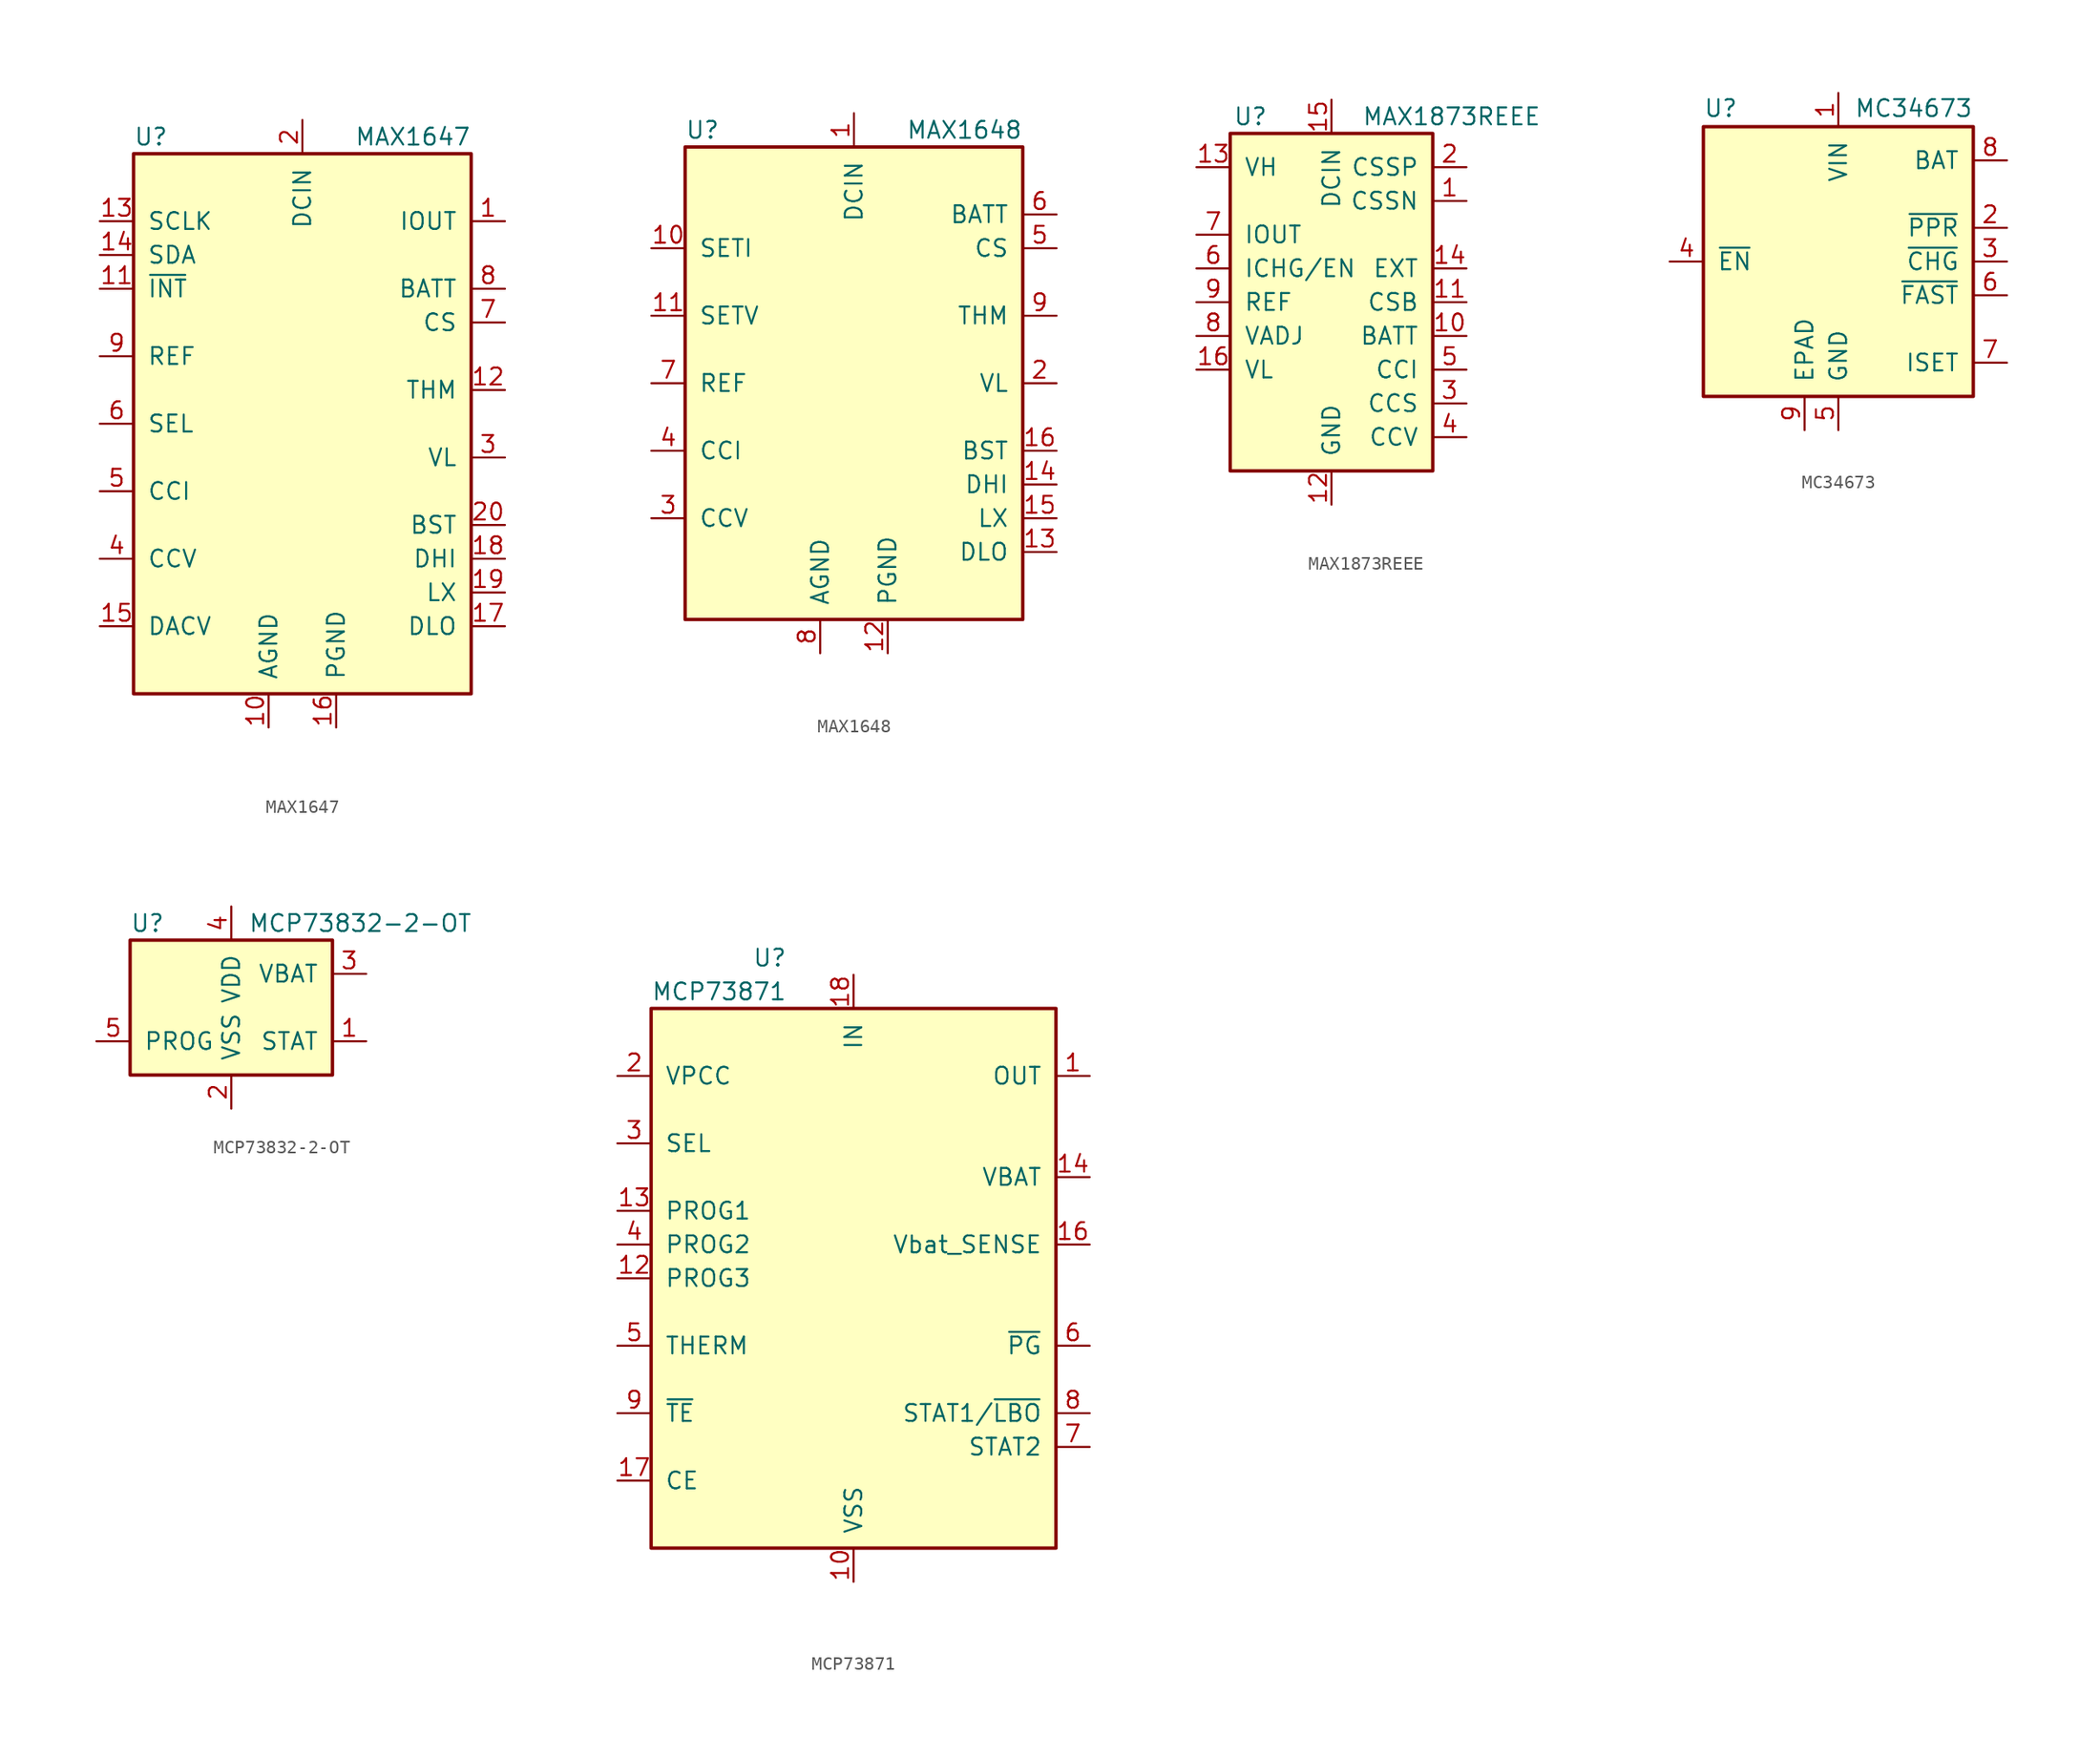
<source format=kicad_sym>
(kicad_symbol_lib
  (version 20220914)
  (generator kicad_symbol_editor)
  (symbol "MAX1647"
    (pin_names
      (offset 1.016))
    (property "Reference" "U"
      (at -12.7 21.59 0)
      (effects (font (size 1.27 1.27)) (justify left)))
    (property "Value" "MAX1647"
      (at 12.7 21.59 0)
      (effects (font (size 1.27 1.27)) (justify right)))
    (symbol "MAX1647_0_1"
      (rectangle (start -12.7 20.32) (end 12.7 -20.32) (stroke (width 0.254) (type default)) (fill (type background))))
    (symbol "MAX1647_1_1"
      (pin output line (at 15.24 15.24 180) (length 2.54) (name "IOUT" (effects (font (size 1.27 1.27)))) (number "1" (effects (font (size 1.27 1.27)))))
      (pin power_in line (at -2.54 -22.86 90) (length 2.54) (name "AGND" (effects (font (size 1.27 1.27)))) (number "10" (effects (font (size 1.27 1.27)))))
      (pin open_collector line (at -15.24 10.16 0) (length 2.54) (name "~{INT}" (effects (font (size 1.27 1.27)))) (number "11" (effects (font (size 1.27 1.27)))))
      (pin input line (at 15.24 2.54 180) (length 2.54) (name "THM" (effects (font (size 1.27 1.27)))) (number "12" (effects (font (size 1.27 1.27)))))
      (pin input line (at -15.24 15.24 0) (length 2.54) (name "SCLK" (effects (font (size 1.27 1.27)))) (number "13" (effects (font (size 1.27 1.27)))))
      (pin bidirectional line (at -15.24 12.7 0) (length 2.54) (name "SDA" (effects (font (size 1.27 1.27)))) (number "14" (effects (font (size 1.27 1.27)))))
      (pin output line (at -15.24 -15.24 0) (length 2.54) (name "DACV" (effects (font (size 1.27 1.27)))) (number "15" (effects (font (size 1.27 1.27)))))
      (pin power_in line (at 2.54 -22.86 90) (length 2.54) (name "PGND" (effects (font (size 1.27 1.27)))) (number "16" (effects (font (size 1.27 1.27)))))
      (pin output line (at 15.24 -15.24 180) (length 2.54) (name "DLO" (effects (font (size 1.27 1.27)))) (number "17" (effects (font (size 1.27 1.27)))))
      (pin output line (at 15.24 -10.16 180) (length 2.54) (name "DHI" (effects (font (size 1.27 1.27)))) (number "18" (effects (font (size 1.27 1.27)))))
      (pin input line (at 15.24 -12.7 180) (length 2.54) (name "LX" (effects (font (size 1.27 1.27)))) (number "19" (effects (font (size 1.27 1.27)))))
      (pin power_in line (at 0 22.86 270) (length 2.54) (name "DCIN" (effects (font (size 1.27 1.27)))) (number "2" (effects (font (size 1.27 1.27)))))
      (pin power_in line (at 15.24 -7.62 180) (length 2.54) (name "BST" (effects (font (size 1.27 1.27)))) (number "20" (effects (font (size 1.27 1.27)))))
      (pin power_out line (at 15.24 -2.54 180) (length 2.54) (name "VL" (effects (font (size 1.27 1.27)))) (number "3" (effects (font (size 1.27 1.27)))))
      (pin passive line (at -15.24 -10.16 0) (length 2.54) (name "CCV" (effects (font (size 1.27 1.27)))) (number "4" (effects (font (size 1.27 1.27)))))
      (pin passive line (at -15.24 -5.08 0) (length 2.54) (name "CCI" (effects (font (size 1.27 1.27)))) (number "5" (effects (font (size 1.27 1.27)))))
      (pin input line (at -15.24 0 0) (length 2.54) (name "SEL" (effects (font (size 1.27 1.27)))) (number "6" (effects (font (size 1.27 1.27)))))
      (pin input line (at 15.24 7.62 180) (length 2.54) (name "CS" (effects (font (size 1.27 1.27)))) (number "7" (effects (font (size 1.27 1.27)))))
      (pin input line (at 15.24 10.16 180) (length 2.54) (name "BATT" (effects (font (size 1.27 1.27)))) (number "8" (effects (font (size 1.27 1.27)))))
      (pin bidirectional line (at -15.24 5.08 0) (length 2.54) (name "REF" (effects (font (size 1.27 1.27)))) (number "9" (effects (font (size 1.27 1.27)))))))
  (symbol "MAX1648"
    (pin_names
      (offset 1.016))
    (property "Reference" "U"
      (at -12.7 19.05 0)
      (effects (font (size 1.27 1.27)) (justify left)))
    (property "Value" "MAX1648"
      (at 12.7 19.05 0)
      (effects (font (size 1.27 1.27)) (justify right)))
    (symbol "MAX1648_0_1"
      (rectangle (start -12.7 17.78) (end 12.7 -17.78) (stroke (width 0.254) (type default)) (fill (type background))))
    (symbol "MAX1648_1_1"
      (pin power_in line (at 0 20.32 270) (length 2.54) (name "DCIN" (effects (font (size 1.27 1.27)))) (number "1" (effects (font (size 1.27 1.27)))))
      (pin input line (at -15.24 10.16 0) (length 2.54) (name "SETI" (effects (font (size 1.27 1.27)))) (number "10" (effects (font (size 1.27 1.27)))))
      (pin input line (at -15.24 5.08 0) (length 2.54) (name "SETV" (effects (font (size 1.27 1.27)))) (number "11" (effects (font (size 1.27 1.27)))))
      (pin power_in line (at 2.54 -20.32 90) (length 2.54) (name "PGND" (effects (font (size 1.27 1.27)))) (number "12" (effects (font (size 1.27 1.27)))))
      (pin output line (at 15.24 -12.7 180) (length 2.54) (name "DLO" (effects (font (size 1.27 1.27)))) (number "13" (effects (font (size 1.27 1.27)))))
      (pin output line (at 15.24 -7.62 180) (length 2.54) (name "DHI" (effects (font (size 1.27 1.27)))) (number "14" (effects (font (size 1.27 1.27)))))
      (pin input line (at 15.24 -10.16 180) (length 2.54) (name "LX" (effects (font (size 1.27 1.27)))) (number "15" (effects (font (size 1.27 1.27)))))
      (pin power_in line (at 15.24 -5.08 180) (length 2.54) (name "BST" (effects (font (size 1.27 1.27)))) (number "16" (effects (font (size 1.27 1.27)))))
      (pin power_out line (at 15.24 0 180) (length 2.54) (name "VL" (effects (font (size 1.27 1.27)))) (number "2" (effects (font (size 1.27 1.27)))))
      (pin passive line (at -15.24 -10.16 0) (length 2.54) (name "CCV" (effects (font (size 1.27 1.27)))) (number "3" (effects (font (size 1.27 1.27)))))
      (pin passive line (at -15.24 -5.08 0) (length 2.54) (name "CCI" (effects (font (size 1.27 1.27)))) (number "4" (effects (font (size 1.27 1.27)))))
      (pin input line (at 15.24 10.16 180) (length 2.54) (name "CS" (effects (font (size 1.27 1.27)))) (number "5" (effects (font (size 1.27 1.27)))))
      (pin input line (at 15.24 12.7 180) (length 2.54) (name "BATT" (effects (font (size 1.27 1.27)))) (number "6" (effects (font (size 1.27 1.27)))))
      (pin bidirectional line (at -15.24 0 0) (length 2.54) (name "REF" (effects (font (size 1.27 1.27)))) (number "7" (effects (font (size 1.27 1.27)))))
      (pin power_in line (at -2.54 -20.32 90) (length 2.54) (name "AGND" (effects (font (size 1.27 1.27)))) (number "8" (effects (font (size 1.27 1.27)))))
      (pin input line (at 15.24 5.08 180) (length 2.54) (name "THM" (effects (font (size 1.27 1.27)))) (number "9" (effects (font (size 1.27 1.27)))))))
  (symbol "MAX1873REEE"
    (pin_names
      (offset 1.016))
    (property "Reference" "U"
      (at -6.096 13.97 0)
      (effects (font (size 1.27 1.27))))
    (property "Value" "MAX1873REEE"
      (at 2.286 13.97 0)
      (effects (font (size 1.27 1.27)) (justify left)))
    (symbol "MAX1873REEE_0_1"
      (rectangle (start -7.62 12.7) (end 7.62 -12.7) (stroke (width 0.254) (type default)) (fill (type background))))
    (symbol "MAX1873REEE_1_1"
      (pin input line (at 10.16 7.62 180) (length 2.54) (name "CSSN" (effects (font (size 1.27 1.27)))) (number "1" (effects (font (size 1.27 1.27)))))
      (pin input line (at 10.16 -2.54 180) (length 2.54) (name "BATT" (effects (font (size 1.27 1.27)))) (number "10" (effects (font (size 1.27 1.27)))))
      (pin input line (at 10.16 0 180) (length 2.54) (name "CSB" (effects (font (size 1.27 1.27)))) (number "11" (effects (font (size 1.27 1.27)))))
      (pin power_in line (at 0 -15.24 90) (length 2.54) (name "GND" (effects (font (size 1.27 1.27)))) (number "12" (effects (font (size 1.27 1.27)))))
      (pin input line (at -10.16 10.16 0) (length 2.54) (name "VH" (effects (font (size 1.27 1.27)))) (number "13" (effects (font (size 1.27 1.27)))))
      (pin output line (at 10.16 2.54 180) (length 2.54) (name "EXT" (effects (font (size 1.27 1.27)))) (number "14" (effects (font (size 1.27 1.27)))))
      (pin power_in line (at 0 15.24 270) (length 2.54) (name "DCIN" (effects (font (size 1.27 1.27)))) (number "15" (effects (font (size 1.27 1.27)))))
      (pin input line (at -10.16 -5.08 0) (length 2.54) (name "VL" (effects (font (size 1.27 1.27)))) (number "16" (effects (font (size 1.27 1.27)))))
      (pin input line (at 10.16 10.16 180) (length 2.54) (name "CSSP" (effects (font (size 1.27 1.27)))) (number "2" (effects (font (size 1.27 1.27)))))
      (pin input line (at 10.16 -7.62 180) (length 2.54) (name "CCS" (effects (font (size 1.27 1.27)))) (number "3" (effects (font (size 1.27 1.27)))))
      (pin input line (at 10.16 -10.16 180) (length 2.54) (name "CCV" (effects (font (size 1.27 1.27)))) (number "4" (effects (font (size 1.27 1.27)))))
      (pin input line (at 10.16 -5.08 180) (length 2.54) (name "CCI" (effects (font (size 1.27 1.27)))) (number "5" (effects (font (size 1.27 1.27)))))
      (pin input line (at -10.16 2.54 0) (length 2.54) (name "ICHG/EN" (effects (font (size 1.27 1.27)))) (number "6" (effects (font (size 1.27 1.27)))))
      (pin output line (at -10.16 5.08 0) (length 2.54) (name "IOUT" (effects (font (size 1.27 1.27)))) (number "7" (effects (font (size 1.27 1.27)))))
      (pin input line (at -10.16 -2.54 0) (length 2.54) (name "VADJ" (effects (font (size 1.27 1.27)))) (number "8" (effects (font (size 1.27 1.27)))))
      (pin output line (at -10.16 0 0) (length 2.54) (name "REF" (effects (font (size 1.27 1.27)))) (number "9" (effects (font (size 1.27 1.27)))))))
  (symbol "MC34673"
    (pin_names
      (offset 1.016))
    (property "Reference" "U"
      (at -10.16 10.795 0)
      (effects (font (size 1.27 1.27)) (justify left bottom)))
    (property "Value" "MC34673"
      (at 10.16 10.795 0)
      (effects (font (size 1.27 1.27)) (justify right bottom)))
    (symbol "MC34673_0_1"
      (rectangle (start -10.16 10.16) (end 10.16 -10.16) (stroke (width 0.254) (type default)) (fill (type background))))
    (symbol "MC34673_1_1"
      (pin power_in line (at 0 12.7 270) (length 2.54) (name "VIN" (effects (font (size 1.27 1.27)))) (number "1" (effects (font (size 1.27 1.27)))))
      (pin open_collector line (at 12.7 2.54 180) (length 2.54) (name "~{PPR}" (effects (font (size 1.27 1.27)))) (number "2" (effects (font (size 1.27 1.27)))))
      (pin open_collector line (at 12.7 0 180) (length 2.54) (name "~{CHG}" (effects (font (size 1.27 1.27)))) (number "3" (effects (font (size 1.27 1.27)))))
      (pin input line (at -12.7 0 0) (length 2.54) (name "~{EN}" (effects (font (size 1.27 1.27)))) (number "4" (effects (font (size 1.27 1.27)))))
      (pin power_in line (at 0 -12.7 90) (length 2.54) (name "GND" (effects (font (size 1.27 1.27)))) (number "5" (effects (font (size 1.27 1.27)))))
      (pin open_collector line (at 12.7 -2.54 180) (length 2.54) (name "~{FAST}" (effects (font (size 1.27 1.27)))) (number "6" (effects (font (size 1.27 1.27)))))
      (pin output line (at 12.7 -7.62 180) (length 2.54) (name "ISET" (effects (font (size 1.27 1.27)))) (number "7" (effects (font (size 1.27 1.27)))))
      (pin power_out line (at 12.7 7.62 180) (length 2.54) (name "BAT" (effects (font (size 1.27 1.27)))) (number "8" (effects (font (size 1.27 1.27)))))
      (pin power_in line (at -2.54 -12.7 90) (length 2.54) (name "EPAD" (effects (font (size 1.27 1.27)))) (number "9" (effects (font (size 1.27 1.27)))))))
  (symbol "MCP73832-2-OT"
    (pin_names
      (offset 1.016))
    (property "Reference" "U"
      (at -7.62 6.35 0)
      (effects (font (size 1.27 1.27)) (justify left)))
    (property "Value" "MCP73832-2-OT"
      (at 1.27 6.35 0)
      (effects (font (size 1.27 1.27)) (justify left)))
    (symbol "MCP73832-2-OT_0_1"
      (rectangle (start -7.62 5.08) (end 7.62 -5.08) (stroke (width 0.254) (type default)) (fill (type background))))
    (symbol "MCP73832-2-OT_1_1"
      (pin output line (at 10.16 -2.54 180) (length 2.54) (name "STAT" (effects (font (size 1.27 1.27)))) (number "1" (effects (font (size 1.27 1.27)))))
      (pin power_in line (at 0 -7.62 90) (length 2.54) (name "VSS" (effects (font (size 1.27 1.27)))) (number "2" (effects (font (size 1.27 1.27)))))
      (pin power_out line (at 10.16 2.54 180) (length 2.54) (name "VBAT" (effects (font (size 1.27 1.27)))) (number "3" (effects (font (size 1.27 1.27)))))
      (pin power_in line (at 0 7.62 270) (length 2.54) (name "VDD" (effects (font (size 1.27 1.27)))) (number "4" (effects (font (size 1.27 1.27)))))
      (pin input line (at -10.16 -2.54 0) (length 2.54) (name "PROG" (effects (font (size 1.27 1.27)))) (number "5" (effects (font (size 1.27 1.27)))))))
  (symbol "MCP73871"
    (pin_names
      (offset 1.016))
    (property "Reference" "U"
      (at -7.62 24.13 0)
      (effects (font (size 1.27 1.27)) (justify left)))
    (property "Value" "MCP73871"
      (at -15.24 21.59 0)
      (effects (font (size 1.27 1.27)) (justify left)))
    (symbol "MCP73871_0_1"
      (rectangle (start -15.24 20.32) (end 15.24 -20.32) (stroke (width 0.254) (type default)) (fill (type background))))
    (symbol "MCP73871_1_1"
      (pin power_out line (at 17.78 15.24 180) (length 2.54) (name "OUT" (effects (font (size 1.27 1.27)))) (number "1" (effects (font (size 1.27 1.27)))))
      (pin power_in line (at 0 -22.86 90) (length 2.54) (name "VSS" (effects (font (size 1.27 1.27)))) (number "10" (effects (font (size 1.27 1.27)))))
      (pin passive line (at 0 -22.86 90) (length 2.54) hide (name "VSS" (effects (font (size 1.27 1.27)))) (number "11" (effects (font (size 1.27 1.27)))))
      (pin bidirectional line (at -17.78 0 0) (length 2.54) (name "PROG3" (effects (font (size 1.27 1.27)))) (number "12" (effects (font (size 1.27 1.27)))))
      (pin bidirectional line (at -17.78 5.08 0) (length 2.54) (name "PROG1" (effects (font (size 1.27 1.27)))) (number "13" (effects (font (size 1.27 1.27)))))
      (pin power_out line (at 17.78 7.62 180) (length 2.54) (name "VBAT" (effects (font (size 1.27 1.27)))) (number "14" (effects (font (size 1.27 1.27)))))
      (pin passive line (at 17.78 7.62 180) (length 2.54) hide (name "VBAT" (effects (font (size 1.27 1.27)))) (number "15" (effects (font (size 1.27 1.27)))))
      (pin input line (at 17.78 2.54 180) (length 2.54) (name "Vbat_SENSE" (effects (font (size 1.27 1.27)))) (number "16" (effects (font (size 1.27 1.27)))))
      (pin input line (at -17.78 -15.24 0) (length 2.54) (name "CE" (effects (font (size 1.27 1.27)))) (number "17" (effects (font (size 1.27 1.27)))))
      (pin power_in line (at 0 22.86 270) (length 2.54) (name "IN" (effects (font (size 1.27 1.27)))) (number "18" (effects (font (size 1.27 1.27)))))
      (pin passive line (at 0 22.86 270) (length 2.54) hide (name "IN" (effects (font (size 1.27 1.27)))) (number "19" (effects (font (size 1.27 1.27)))))
      (pin input line (at -17.78 15.24 0) (length 2.54) (name "VPCC" (effects (font (size 1.27 1.27)))) (number "2" (effects (font (size 1.27 1.27)))))
      (pin passive line (at 17.78 15.24 180) (length 2.54) hide (name "OUT" (effects (font (size 1.27 1.27)))) (number "20" (effects (font (size 1.27 1.27)))))
      (pin passive line (at 0 -22.86 90) (length 2.54) hide (name "VSS" (effects (font (size 1.27 1.27)))) (number "21" (effects (font (size 1.27 1.27)))))
      (pin input line (at -17.78 10.16 0) (length 2.54) (name "SEL" (effects (font (size 1.27 1.27)))) (number "3" (effects (font (size 1.27 1.27)))))
      (pin input line (at -17.78 2.54 0) (length 2.54) (name "PROG2" (effects (font (size 1.27 1.27)))) (number "4" (effects (font (size 1.27 1.27)))))
      (pin bidirectional line (at -17.78 -5.08 0) (length 2.54) (name "THERM" (effects (font (size 1.27 1.27)))) (number "5" (effects (font (size 1.27 1.27)))))
      (pin open_collector line (at 17.78 -5.08 180) (length 2.54) (name "~{PG}" (effects (font (size 1.27 1.27)))) (number "6" (effects (font (size 1.27 1.27)))))
      (pin open_collector line (at 17.78 -12.7 180) (length 2.54) (name "STAT2" (effects (font (size 1.27 1.27)))) (number "7" (effects (font (size 1.27 1.27)))))
      (pin open_collector line (at 17.78 -10.16 180) (length 2.54) (name "STAT1/~{LBO}" (effects (font (size 1.27 1.27)))) (number "8" (effects (font (size 1.27 1.27)))))
      (pin input line (at -17.78 -10.16 0) (length 2.54) (name "~{TE}" (effects (font (size 1.27 1.27)))) (number "9" (effects (font (size 1.27 1.27))))))))
</source>
